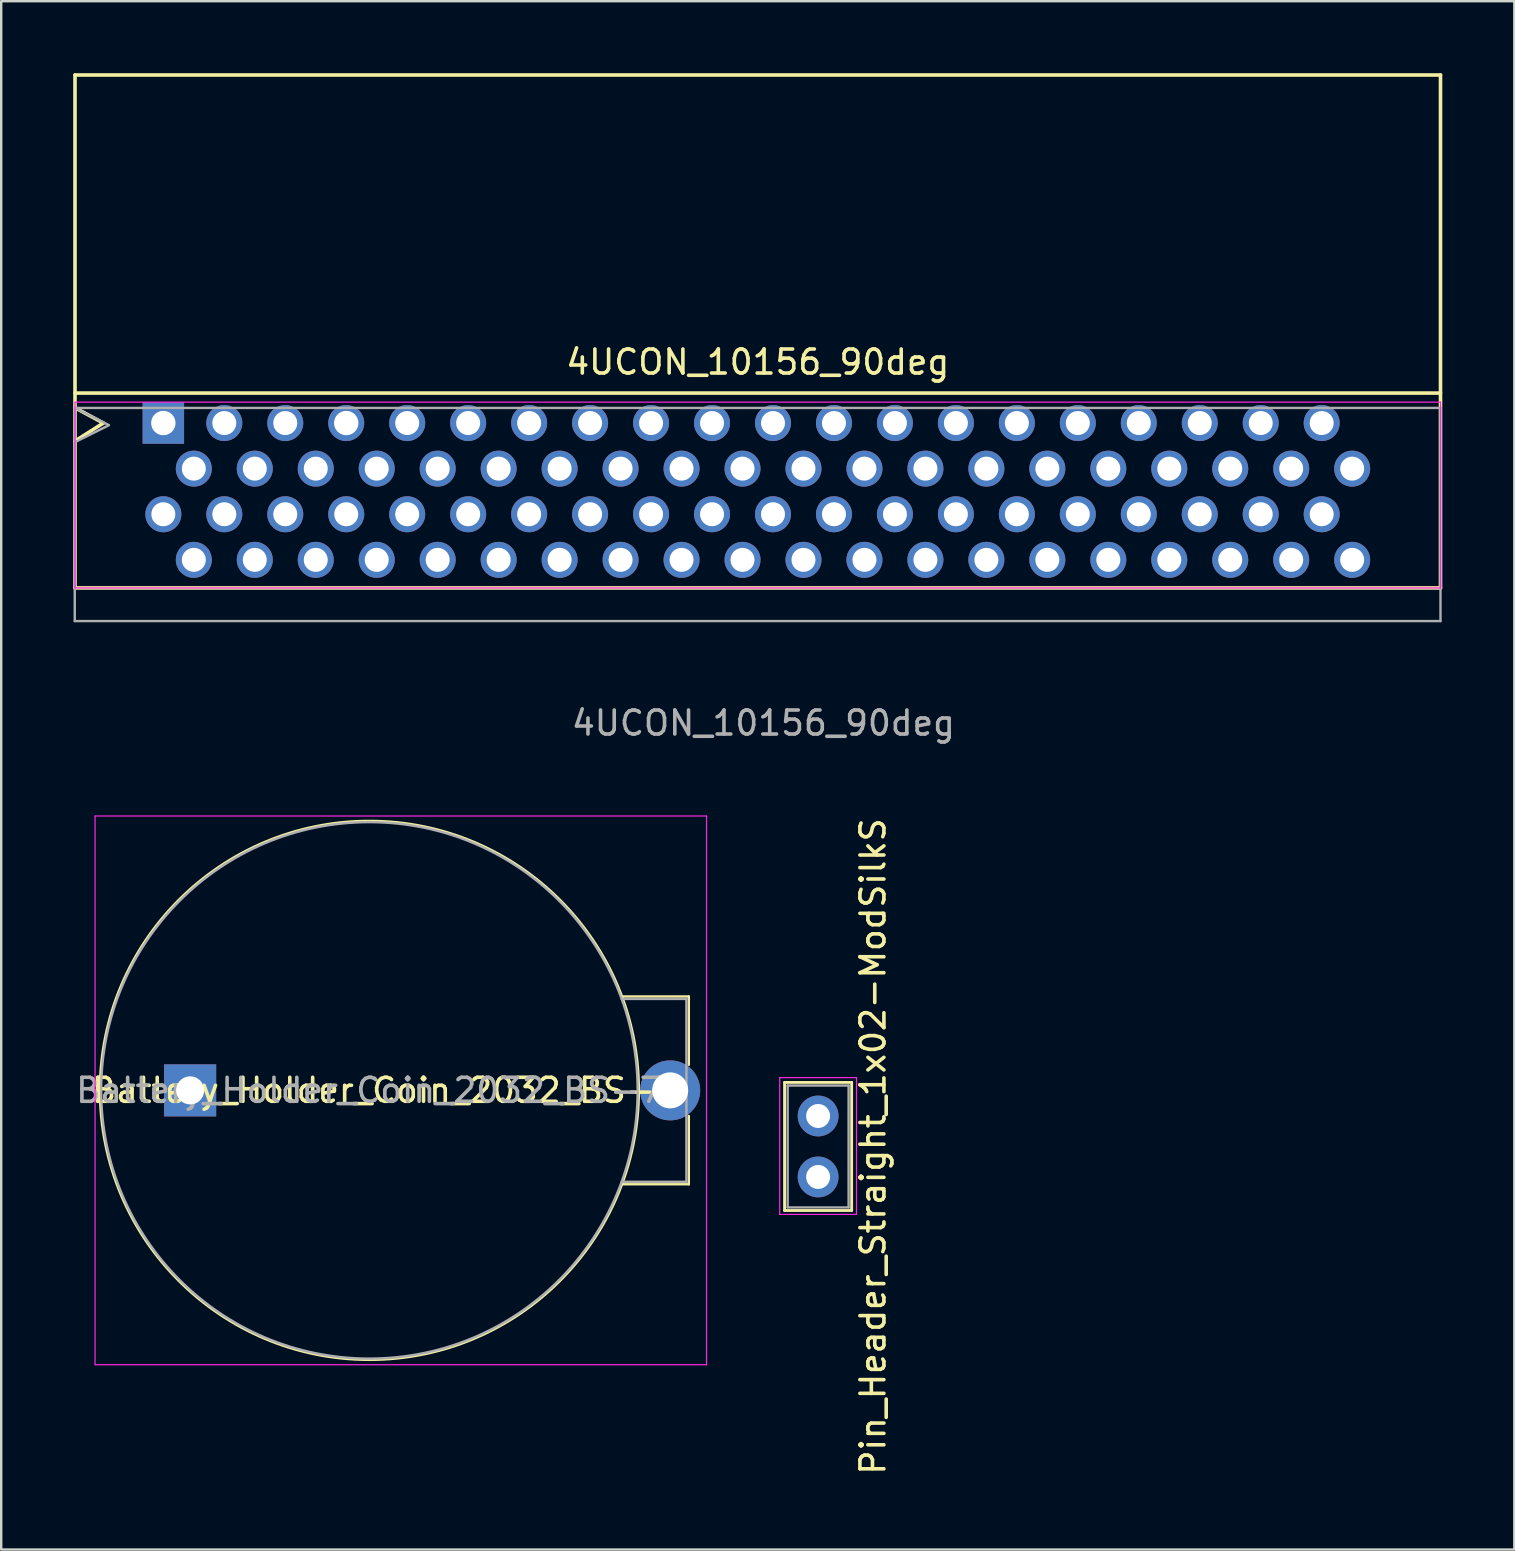
<source format=kicad_pcb>
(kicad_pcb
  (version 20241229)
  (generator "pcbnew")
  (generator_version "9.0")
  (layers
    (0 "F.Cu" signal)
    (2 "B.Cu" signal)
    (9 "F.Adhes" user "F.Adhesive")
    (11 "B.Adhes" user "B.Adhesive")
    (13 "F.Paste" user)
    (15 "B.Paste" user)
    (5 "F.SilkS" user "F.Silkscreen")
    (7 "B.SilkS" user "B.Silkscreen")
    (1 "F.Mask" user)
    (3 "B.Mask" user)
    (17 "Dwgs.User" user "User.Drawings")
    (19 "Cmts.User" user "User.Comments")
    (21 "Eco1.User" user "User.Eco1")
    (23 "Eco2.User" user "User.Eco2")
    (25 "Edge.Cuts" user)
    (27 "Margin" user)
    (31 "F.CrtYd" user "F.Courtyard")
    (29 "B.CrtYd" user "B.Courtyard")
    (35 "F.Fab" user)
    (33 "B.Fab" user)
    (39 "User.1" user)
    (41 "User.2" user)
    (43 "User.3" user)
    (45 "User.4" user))
  (footprint "4UCON_10156_90deg"
    (layer "F.Cu")
    (at 3.755 14.575)
    (property "Reference" "4UCON_10156_90deg" (at 24.765 -2.54 0) (layer "F.SilkS") (effects (font (size 1 1) (thickness 0.15))))
    (attr through_hole)
    (fp_line (start -3.68 -14.5) (end -3.68 6.87) (stroke (width 0.15) (type solid)) (layer "F.SilkS"))
    (fp_line (start -3.68 -14.5) (end 53.21 -14.5) (stroke (width 0.15) (type solid)) (layer "F.SilkS"))
    (fp_line (start -3.68 -1.25) (end 53.21 -1.25) (stroke (width 0.15) (type solid)) (layer "F.SilkS"))
    (fp_line (start -3.68 -0.635) (end -2.5 0) (stroke (width 0.15) (type solid)) (layer "F.SilkS"))
    (fp_line (start -2.5 0) (end -3.68 0.75) (stroke (width 0.15) (type solid)) (layer "F.SilkS"))
    (fp_line (start 53.21 -14.5) (end 53.21 6.87) (stroke (width 0.15) (type solid)) (layer "F.SilkS"))
    (fp_line (start 53.21 6.87) (end -3.68 6.87) (stroke (width 0.15) (type solid)) (layer "F.SilkS"))
    (fp_line (start -3.68 -0.87) (end -3.68 6.87) (stroke (width 0.05) (type solid)) (layer "F.CrtYd"))
    (fp_line (start 53.21 -0.87) (end -3.68 -0.87) (stroke (width 0.05) (type solid)) (layer "F.CrtYd"))
    (fp_line (start 53.21 6.87) (end -3.68 6.87) (stroke (width 0.05) (type solid)) (layer "F.CrtYd"))
    (fp_line (start 53.21 6.87) (end 53.21 -0.87) (stroke (width 0.05) (type solid)) (layer "F.CrtYd"))
    (fp_line (start -3.69 -0.63) (end 53.21 -0.63) (stroke (width 0.1) (type solid)) (layer "F.Fab"))
    (fp_line (start -3.69 8.25) (end -3.69 -0.63) (stroke (width 0.1) (type solid)) (layer "F.Fab"))
    (fp_line (start -3.68 -0.62) (end -2.28 0.08) (stroke (width 0.1) (type solid)) (layer "F.Fab"))
    (fp_line (start -2.27 0.09) (end -3.67 0.79) (stroke (width 0.1) (type solid)) (layer "F.Fab"))
    (fp_line (start 53.21 -0.63) (end 53.21 8.25) (stroke (width 0.1) (type solid)) (layer "F.Fab"))
    (fp_line (start 53.21 8.25) (end -3.69 8.25) (stroke (width 0.1) (type solid)) (layer "F.Fab"))
    (fp_text user "${REFERENCE}" (at 25 12.5 0) (layer "F.Fab") (effects (font (size 1 1) (thickness 0.15))))
    (pad "1" thru_hole rect (at 0 0) (size 1.727 1.727) (drill 1.016) (layers "*.Cu" "*.Mask"))
    (pad "2" thru_hole circle (at 0 3.8) (size 1.5 1.5) (drill 1) (layers "*.Cu" "*.Mask"))
    (pad "3" thru_hole circle (at 1.27 1.9) (size 1.5 1.5) (drill 1) (layers "*.Cu" "*.Mask"))
    (pad "4" thru_hole circle (at 1.27 5.7) (size 1.5 1.5) (drill 1) (layers "*.Cu" "*.Mask"))
    (pad "5" thru_hole circle (at 2.54 0) (size 1.5 1.5) (drill 1) (layers "*.Cu" "*.Mask"))
    (pad "6" thru_hole circle (at 2.54 3.8) (size 1.5 1.5) (drill 1) (layers "*.Cu" "*.Mask"))
    (pad "7" thru_hole circle (at 3.81 1.9) (size 1.5 1.5) (drill 1) (layers "*.Cu" "*.Mask"))
    (pad "8" thru_hole circle (at 3.81 5.7) (size 1.5 1.5) (drill 1) (layers "*.Cu" "*.Mask"))
    (pad "9" thru_hole circle (at 5.08 0) (size 1.5 1.5) (drill 1) (layers "*.Cu" "*.Mask"))
    (pad "10" thru_hole circle (at 5.08 3.8) (size 1.5 1.5) (drill 1) (layers "*.Cu" "*.Mask"))
    (pad "11" thru_hole circle (at 6.35 1.9) (size 1.5 1.5) (drill 1) (layers "*.Cu" "*.Mask"))
    (pad "12" thru_hole circle (at 6.35 5.7) (size 1.5 1.5) (drill 1) (layers "*.Cu" "*.Mask"))
    (pad "13" thru_hole circle (at 7.62 0) (size 1.5 1.5) (drill 1.016) (layers "*.Cu" "*.Mask"))
    (pad "14" thru_hole circle (at 7.62 3.8) (size 1.5 1.5) (drill 1) (layers "*.Cu" "*.Mask"))
    (pad "15" thru_hole circle (at 8.89 1.9) (size 1.5 1.5) (drill 1) (layers "*.Cu" "*.Mask"))
    (pad "16" thru_hole circle (at 8.89 5.7) (size 1.5 1.5) (drill 1) (layers "*.Cu" "*.Mask"))
    (pad "17" thru_hole circle (at 10.16 0) (size 1.5 1.5) (drill 1) (layers "*.Cu" "*.Mask"))
    (pad "18" thru_hole circle (at 10.16 3.8) (size 1.5 1.5) (drill 1) (layers "*.Cu" "*.Mask"))
    (pad "19" thru_hole circle (at 11.43 1.9) (size 1.5 1.5) (drill 1) (layers "*.Cu" "*.Mask"))
    (pad "20" thru_hole circle (at 11.43 5.7) (size 1.5 1.5) (drill 1) (layers "*.Cu" "*.Mask"))
    (pad "21" thru_hole circle (at 12.7 0) (size 1.5 1.5) (drill 1) (layers "*.Cu" "*.Mask"))
    (pad "22" thru_hole circle (at 12.7 3.8) (size 1.5 1.5) (drill 1) (layers "*.Cu" "*.Mask"))
    (pad "23" thru_hole circle (at 13.97 1.9) (size 1.5 1.5) (drill 1) (layers "*.Cu" "*.Mask"))
    (pad "24" thru_hole circle (at 13.97 5.7) (size 1.5 1.5) (drill 1) (layers "*.Cu" "*.Mask"))
    (pad "25" thru_hole circle (at 15.24 0) (size 1.5 1.5) (drill 1) (layers "*.Cu" "*.Mask"))
    (pad "26" thru_hole circle (at 15.24 3.8) (size 1.5 1.5) (drill 1) (layers "*.Cu" "*.Mask"))
    (pad "27" thru_hole circle (at 16.51 1.9) (size 1.5 1.5) (drill 1) (layers "*.Cu" "*.Mask"))
    (pad "28" thru_hole circle (at 16.51 5.7) (size 1.5 1.5) (drill 1) (layers "*.Cu" "*.Mask"))
    (pad "29" thru_hole circle (at 17.78 0) (size 1.5 1.5) (drill 1) (layers "*.Cu" "*.Mask"))
    (pad "30" thru_hole circle (at 17.78 3.8) (size 1.5 1.5) (drill 1) (layers "*.Cu" "*.Mask"))
    (pad "31" thru_hole circle (at 19.05 1.9) (size 1.5 1.5) (drill 1) (layers "*.Cu" "*.Mask"))
    (pad "32" thru_hole circle (at 19.05 5.7) (size 1.5 1.5) (drill 1) (layers "*.Cu" "*.Mask"))
    (pad "33" thru_hole circle (at 20.32 0) (size 1.5 1.5) (drill 1) (layers "*.Cu" "*.Mask"))
    (pad "34" thru_hole circle (at 20.32 3.8) (size 1.5 1.5) (drill 1) (layers "*.Cu" "*.Mask"))
    (pad "35" thru_hole circle (at 21.59 1.9) (size 1.5 1.5) (drill 1) (layers "*.Cu" "*.Mask"))
    (pad "36" thru_hole circle (at 21.59 5.7) (size 1.5 1.5) (drill 1) (layers "*.Cu" "*.Mask"))
    (pad "37" thru_hole circle (at 22.86 0) (size 1.5 1.5) (drill 1) (layers "*.Cu" "*.Mask"))
    (pad "38" thru_hole circle (at 22.86 3.8) (size 1.5 1.5) (drill 1) (layers "*.Cu" "*.Mask"))
    (pad "39" thru_hole circle (at 24.13 1.9) (size 1.5 1.5) (drill 1) (layers "*.Cu" "*.Mask"))
    (pad "40" thru_hole circle (at 24.13 5.7) (size 1.5 1.5) (drill 1) (layers "*.Cu" "*.Mask"))
    (pad "41" thru_hole circle (at 25.4 0) (size 1.5 1.5) (drill 1) (layers "*.Cu" "*.Mask"))
    (pad "42" thru_hole circle (at 25.4 3.8) (size 1.5 1.5) (drill 1) (layers "*.Cu" "*.Mask"))
    (pad "43" thru_hole circle (at 26.67 1.9) (size 1.5 1.5) (drill 1) (layers "*.Cu" "*.Mask"))
    (pad "44" thru_hole circle (at 26.67 5.7) (size 1.5 1.5) (drill 1) (layers "*.Cu" "*.Mask"))
    (pad "45" thru_hole circle (at 27.94 0) (size 1.5 1.5) (drill 1) (layers "*.Cu" "*.Mask"))
    (pad "46" thru_hole circle (at 27.94 3.8) (size 1.5 1.5) (drill 1) (layers "*.Cu" "*.Mask"))
    (pad "47" thru_hole circle (at 29.21 1.9) (size 1.5 1.5) (drill 1) (layers "*.Cu" "*.Mask"))
    (pad "48" thru_hole circle (at 29.21 5.7) (size 1.5 1.5) (drill 1) (layers "*.Cu" "*.Mask"))
    (pad "49" thru_hole circle (at 30.48 0) (size 1.5 1.5) (drill 1) (layers "*.Cu" "*.Mask"))
    (pad "50" thru_hole circle (at 30.48 3.8) (size 1.5 1.5) (drill 1) (layers "*.Cu" "*.Mask"))
    (pad "51" thru_hole circle (at 31.75 1.9) (size 1.5 1.5) (drill 1) (layers "*.Cu" "*.Mask"))
    (pad "52" thru_hole circle (at 31.75 5.7) (size 1.5 1.5) (drill 1) (layers "*.Cu" "*.Mask"))
    (pad "53" thru_hole circle (at 33.02 0) (size 1.5 1.5) (drill 1) (layers "*.Cu" "*.Mask"))
    (pad "54" thru_hole circle (at 33.02 3.8) (size 1.5 1.5) (drill 1) (layers "*.Cu" "*.Mask"))
    (pad "55" thru_hole circle (at 34.29 1.9) (size 1.5 1.5) (drill 1) (layers "*.Cu" "*.Mask"))
    (pad "56" thru_hole circle (at 34.29 5.7) (size 1.5 1.5) (drill 1) (layers "*.Cu" "*.Mask"))
    (pad "57" thru_hole circle (at 35.56 0) (size 1.5 1.5) (drill 1) (layers "*.Cu" "*.Mask"))
    (pad "58" thru_hole circle (at 35.56 3.8) (size 1.5 1.5) (drill 1) (layers "*.Cu" "*.Mask"))
    (pad "59" thru_hole circle (at 36.83 1.9) (size 1.5 1.5) (drill 1) (layers "*.Cu" "*.Mask"))
    (pad "60" thru_hole circle (at 36.83 5.7) (size 1.5 1.5) (drill 1) (layers "*.Cu" "*.Mask"))
    (pad "61" thru_hole circle (at 38.1 0) (size 1.5 1.5) (drill 1) (layers "*.Cu" "*.Mask"))
    (pad "62" thru_hole circle (at 38.1 3.8) (size 1.5 1.5) (drill 1) (layers "*.Cu" "*.Mask"))
    (pad "63" thru_hole circle (at 39.37 1.9) (size 1.5 1.5) (drill 1) (layers "*.Cu" "*.Mask"))
    (pad "64" thru_hole circle (at 39.37 5.7) (size 1.5 1.5) (drill 1) (layers "*.Cu" "*.Mask"))
    (pad "65" thru_hole circle (at 40.64 0) (size 1.5 1.5) (drill 1) (layers "*.Cu" "*.Mask"))
    (pad "66" thru_hole circle (at 40.64 3.8) (size 1.5 1.5) (drill 1) (layers "*.Cu" "*.Mask"))
    (pad "67" thru_hole circle (at 41.91 1.9) (size 1.5 1.5) (drill 1) (layers "*.Cu" "*.Mask"))
    (pad "68" thru_hole circle (at 41.91 5.7) (size 1.5 1.5) (drill 1) (layers "*.Cu" "*.Mask"))
    (pad "69" thru_hole circle (at 43.18 0) (size 1.5 1.5) (drill 1) (layers "*.Cu" "*.Mask"))
    (pad "70" thru_hole circle (at 43.18 3.8) (size 1.5 1.5) (drill 1) (layers "*.Cu" "*.Mask"))
    (pad "71" thru_hole circle (at 44.45 1.9) (size 1.5 1.5) (drill 1) (layers "*.Cu" "*.Mask"))
    (pad "72" thru_hole circle (at 44.45 5.7) (size 1.5 1.5) (drill 1) (layers "*.Cu" "*.Mask"))
    (pad "73" thru_hole circle (at 45.72 0) (size 1.5 1.5) (drill 1) (layers "*.Cu" "*.Mask"))
    (pad "74" thru_hole circle (at 45.72 3.8) (size 1.5 1.5) (drill 1) (layers "*.Cu" "*.Mask"))
    (pad "75" thru_hole circle (at 46.99 1.9) (size 1.5 1.5) (drill 1) (layers "*.Cu" "*.Mask"))
    (pad "76" thru_hole circle (at 46.99 5.7) (size 1.5 1.5) (drill 1) (layers "*.Cu" "*.Mask"))
    (pad "77" thru_hole circle (at 48.26 0) (size 1.5 1.5) (drill 1) (layers "*.Cu" "*.Mask"))
    (pad "78" thru_hole circle (at 48.26 3.8) (size 1.5 1.5) (drill 1) (layers "*.Cu" "*.Mask"))
    (pad "79" thru_hole circle (at 49.53 1.9) (size 1.5 1.5) (drill 1) (layers "*.Cu" "*.Mask"))
    (pad "80" thru_hole circle (at 49.53 5.7) (size 1.5 1.5) (drill 1) (layers "*.Cu" "*.Mask")))
  (footprint "Pin_Header_Straight_1x02-ModSilkS"
    (layer "F.Cu")
    (at 31.035 43.445)
    (property "Reference" "Pin_Header_Straight_1x02-ModSilkS" (at 2.286 1.27 90) (layer "F.SilkS") (effects (font (size 1 1) (thickness 0.15))))
    (attr through_hole)
    (fp_line (start -1.397 -1.397) (end 1.397 -1.397) (stroke (width 0.12) (type solid)) (layer "F.SilkS"))
    (fp_line (start -1.397 3.937) (end -1.397 -1.397) (stroke (width 0.12) (type solid)) (layer "F.SilkS"))
    (fp_line (start -1.397 3.937) (end 1.397 3.937) (stroke (width 0.12) (type solid)) (layer "F.SilkS"))
    (fp_line (start 1.397 3.937) (end 1.397 -1.397) (stroke (width 0.12) (type solid)) (layer "F.SilkS"))
    (fp_line (start -1.6 -1.6) (end -1.6 4.1) (stroke (width 0.05) (type solid)) (layer "F.CrtYd"))
    (fp_line (start -1.6 4.1) (end 1.6 4.1) (stroke (width 0.05) (type solid)) (layer "F.CrtYd"))
    (fp_line (start 1.6 -1.6) (end -1.6 -1.6) (stroke (width 0.05) (type solid)) (layer "F.CrtYd"))
    (fp_line (start 1.6 4.1) (end 1.6 -1.6) (stroke (width 0.05) (type solid)) (layer "F.CrtYd"))
    (fp_line (start -1.27 -1.27) (end -1.27 3.81) (stroke (width 0.1) (type solid)) (layer "F.Fab"))
    (fp_line (start -1.27 3.81) (end 1.27 3.81) (stroke (width 0.1) (type solid)) (layer "F.Fab"))
    (fp_line (start 1.27 -1.27) (end -1.27 -1.27) (stroke (width 0.1) (type solid)) (layer "F.Fab"))
    (fp_line (start 1.27 3.81) (end 1.27 -1.27) (stroke (width 0.1) (type solid)) (layer "F.Fab"))
    (pad "1" thru_hole circle (at 0 0) (size 1.7 1.7) (drill 1) (layers "*.Cu" "*.Mask"))
    (pad "2" thru_hole oval (at 0 2.54) (size 1.7 1.7) (drill 1) (layers "*.Cu" "*.Mask")))
  (footprint "Battery_Holder_Coin_2032_BS-7"
    (layer "F.Cu")
    (at 4.872 42.378)
    (property "Reference" "Battery_Holder_Coin_2032_BS-7" (at 8.128 0 0) (layer "F.SilkS") (effects (font (size 1 1) (thickness 0.15))))
    (attr through_hole)
    (fp_line (start 18.034 -3.912) (end 20.777 -3.912) (stroke (width 0.1) (type solid)) (layer "F.SilkS"))
    (fp_line (start 18.034 3.912) (end 20.777 3.912) (stroke (width 0.1) (type solid)) (layer "F.SilkS"))
    (fp_line (start 20.777 -3.912) (end 20.777 -1.067) (stroke (width 0.1) (type solid)) (layer "F.SilkS"))
    (fp_line (start 20.777 3.912) (end 20.777 1.067) (stroke (width 0.1) (type solid)) (layer "F.SilkS"))
    (fp_circle (center 7.468 0) (end -3.759 0) (stroke (width 0.1) (type solid)) (fill no) (layer "F.SilkS"))
    (fp_line (start -3.962 -11.43) (end -3.962 11.43) (stroke (width 0.05) (type solid)) (layer "F.CrtYd"))
    (fp_line (start -3.962 -11.43) (end 21.514 -11.43) (stroke (width 0.05) (type solid)) (layer "F.CrtYd"))
    (fp_line (start -3.962 11.43) (end 21.514 11.43) (stroke (width 0.05) (type solid)) (layer "F.CrtYd"))
    (fp_line (start 21.514 -11.43) (end 21.514 11.43) (stroke (width 0.05) (type solid)) (layer "F.CrtYd"))
    (fp_line (start 17.983 -3.81) (end 20.676 -3.81) (stroke (width 0.1) (type solid)) (layer "F.Fab"))
    (fp_line (start 17.983 3.81) (end 20.676 3.81) (stroke (width 0.1) (type solid)) (layer "F.Fab"))
    (fp_line (start 20.676 -3.81) (end 20.676 3.81) (stroke (width 0.1) (type solid)) (layer "F.Fab"))
    (fp_circle (center 7.468 0) (end -3.708 0) (stroke (width 0.1) (type solid)) (fill no) (layer "F.Fab"))
    (fp_text user "${REFERENCE}" (at 7.468 0 0) (layer "F.Fab") (effects (font (size 1 1) (thickness 0.15))))
    (pad "Neg" thru_hole rect (at 0 0) (size 2.17 2.17) (drill 1.17) (layers "*.Cu" "*.Mask"))
    (pad "Pos" thru_hole circle (at 20 0) (size 2.5 2.5) (drill 1.5) (layers "*.Cu" "*.Mask")))
  (gr_rect
    (start -3 -3)
    (end 60.04 61.507)
    (stroke (width 0.1) (type default))
    (fill no)
    (layer "Edge.Cuts")))
</source>
